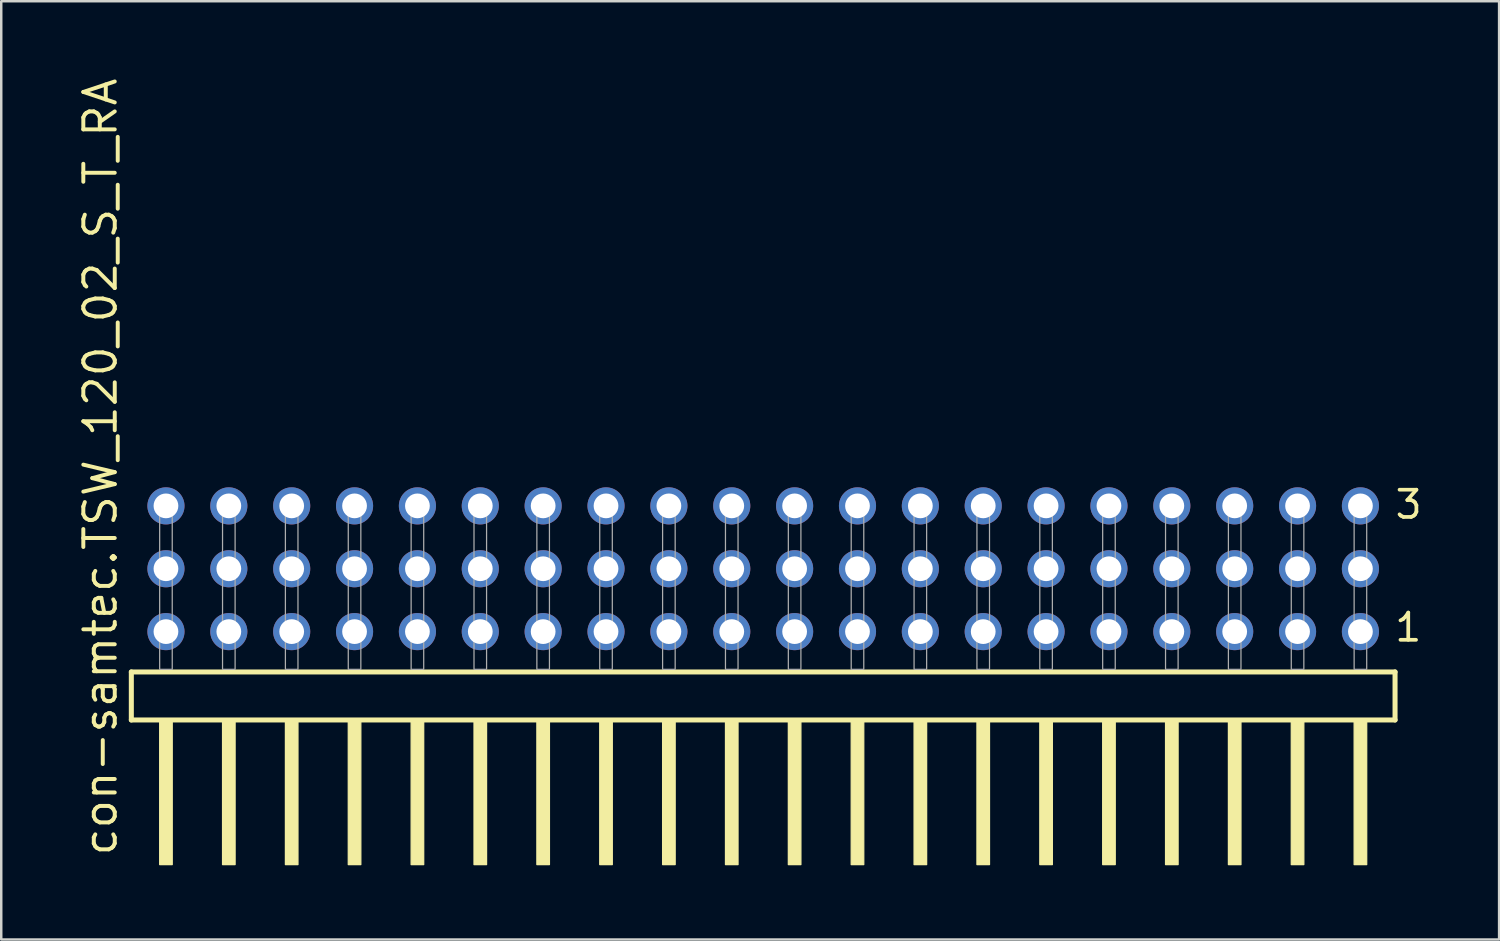
<source format=kicad_pcb>
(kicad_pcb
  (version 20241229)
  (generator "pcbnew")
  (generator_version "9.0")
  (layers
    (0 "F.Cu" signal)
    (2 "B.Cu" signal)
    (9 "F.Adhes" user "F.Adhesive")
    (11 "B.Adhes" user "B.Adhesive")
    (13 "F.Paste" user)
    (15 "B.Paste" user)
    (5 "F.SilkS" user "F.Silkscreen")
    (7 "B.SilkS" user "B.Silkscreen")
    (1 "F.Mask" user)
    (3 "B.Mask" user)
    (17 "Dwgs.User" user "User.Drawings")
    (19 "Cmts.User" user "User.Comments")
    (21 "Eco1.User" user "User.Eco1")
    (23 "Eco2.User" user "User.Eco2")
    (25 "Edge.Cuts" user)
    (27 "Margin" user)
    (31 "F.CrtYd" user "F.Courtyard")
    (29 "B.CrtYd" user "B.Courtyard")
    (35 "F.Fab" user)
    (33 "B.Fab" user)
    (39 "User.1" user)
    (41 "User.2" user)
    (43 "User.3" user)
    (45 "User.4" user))
  (footprint "con-samtec.TSW_120_02_S_T_RA"
    (layer "F.Cu")
    (at 27.785 23.993)
    (property "Reference" "con-samtec.TSW_120_02_S_T_RA" (at -26.035 7.62 90) (layer "F.SilkS") (effects (font (size 1.27 1.27) (thickness 0.16)) (justify left bottom)))
    (attr through_hole)
    (fp_line (start -25.529 0.106) (end -25.529 2.046) (stroke (width 0.203) (type default)) (layer "F.SilkS"))
    (fp_line (start -25.529 2.046) (end 25.529 2.046) (stroke (width 0.203) (type default)) (layer "F.SilkS"))
    (fp_line (start 25.529 0.106) (end -25.529 0.106) (stroke (width 0.203) (type default)) (layer "F.SilkS"))
    (fp_line (start 25.529 2.046) (end 25.529 0.106) (stroke (width 0.203) (type default)) (layer "F.SilkS"))
    (fp_rect (start -24.384 7.89) (end -23.876 2.04) (stroke (width 0.05) (type default)) (fill yes) (layer "F.SilkS"))
    (fp_rect (start -21.844 7.89) (end -21.336 2.04) (stroke (width 0.05) (type default)) (fill yes) (layer "F.SilkS"))
    (fp_rect (start -19.304 7.89) (end -18.796 2.04) (stroke (width 0.05) (type default)) (fill yes) (layer "F.SilkS"))
    (fp_rect (start -16.764 7.89) (end -16.256 2.04) (stroke (width 0.05) (type default)) (fill yes) (layer "F.SilkS"))
    (fp_rect (start -14.224 7.89) (end -13.716 2.04) (stroke (width 0.05) (type default)) (fill yes) (layer "F.SilkS"))
    (fp_rect (start -11.684 7.89) (end -11.176 2.04) (stroke (width 0.05) (type default)) (fill yes) (layer "F.SilkS"))
    (fp_rect (start -9.144 7.89) (end -8.636 2.04) (stroke (width 0.05) (type default)) (fill yes) (layer "F.SilkS"))
    (fp_rect (start -6.604 7.89) (end -6.096 2.04) (stroke (width 0.05) (type default)) (fill yes) (layer "F.SilkS"))
    (fp_rect (start -4.064 7.89) (end -3.556 2.04) (stroke (width 0.05) (type default)) (fill yes) (layer "F.SilkS"))
    (fp_rect (start -1.524 7.89) (end -1.016 2.04) (stroke (width 0.05) (type default)) (fill yes) (layer "F.SilkS"))
    (fp_rect (start 1.016 7.89) (end 1.524 2.04) (stroke (width 0.05) (type default)) (fill yes) (layer "F.SilkS"))
    (fp_rect (start 3.556 7.89) (end 4.064 2.04) (stroke (width 0.05) (type default)) (fill yes) (layer "F.SilkS"))
    (fp_rect (start 6.096 7.89) (end 6.604 2.04) (stroke (width 0.05) (type default)) (fill yes) (layer "F.SilkS"))
    (fp_rect (start 8.636 7.89) (end 9.144 2.04) (stroke (width 0.05) (type default)) (fill yes) (layer "F.SilkS"))
    (fp_rect (start 11.176 7.89) (end 11.684 2.04) (stroke (width 0.05) (type default)) (fill yes) (layer "F.SilkS"))
    (fp_rect (start 13.716 7.89) (end 14.224 2.04) (stroke (width 0.05) (type default)) (fill yes) (layer "F.SilkS"))
    (fp_rect (start 16.256 7.89) (end 16.764 2.04) (stroke (width 0.05) (type default)) (fill yes) (layer "F.SilkS"))
    (fp_rect (start 18.796 7.89) (end 19.304 2.04) (stroke (width 0.05) (type default)) (fill yes) (layer "F.SilkS"))
    (fp_rect (start 21.336 7.89) (end 21.844 2.04) (stroke (width 0.05) (type default)) (fill yes) (layer "F.SilkS"))
    (fp_rect (start 23.876 7.89) (end 24.384 2.04) (stroke (width 0.05) (type default)) (fill yes) (layer "F.SilkS"))
    (fp_rect (start -24.384 0) (end -23.876 -6.858) (stroke (width 0.05) (type default)) (fill no) (layer "F.Fab"))
    (fp_rect (start -21.844 0) (end -21.336 -6.858) (stroke (width 0.05) (type default)) (fill no) (layer "F.Fab"))
    (fp_rect (start -19.304 0) (end -18.796 -6.858) (stroke (width 0.05) (type default)) (fill no) (layer "F.Fab"))
    (fp_rect (start -16.764 0) (end -16.256 -6.858) (stroke (width 0.05) (type default)) (fill no) (layer "F.Fab"))
    (fp_rect (start -14.224 0) (end -13.716 -6.858) (stroke (width 0.05) (type default)) (fill no) (layer "F.Fab"))
    (fp_rect (start -11.684 0) (end -11.176 -6.858) (stroke (width 0.05) (type default)) (fill no) (layer "F.Fab"))
    (fp_rect (start -9.144 0) (end -8.636 -6.858) (stroke (width 0.05) (type default)) (fill no) (layer "F.Fab"))
    (fp_rect (start -6.604 0) (end -6.096 -6.858) (stroke (width 0.05) (type default)) (fill no) (layer "F.Fab"))
    (fp_rect (start -4.064 0) (end -3.556 -6.858) (stroke (width 0.05) (type default)) (fill no) (layer "F.Fab"))
    (fp_rect (start -1.524 0) (end -1.016 -6.858) (stroke (width 0.05) (type default)) (fill no) (layer "F.Fab"))
    (fp_rect (start 1.016 0) (end 1.524 -6.858) (stroke (width 0.05) (type default)) (fill no) (layer "F.Fab"))
    (fp_rect (start 3.556 0) (end 4.064 -6.858) (stroke (width 0.05) (type default)) (fill no) (layer "F.Fab"))
    (fp_rect (start 6.096 0) (end 6.604 -6.858) (stroke (width 0.05) (type default)) (fill no) (layer "F.Fab"))
    (fp_rect (start 8.636 0) (end 9.144 -6.858) (stroke (width 0.05) (type default)) (fill no) (layer "F.Fab"))
    (fp_rect (start 11.176 0) (end 11.684 -6.858) (stroke (width 0.05) (type default)) (fill no) (layer "F.Fab"))
    (fp_rect (start 13.716 0) (end 14.224 -6.858) (stroke (width 0.05) (type default)) (fill no) (layer "F.Fab"))
    (fp_rect (start 16.256 0) (end 16.764 -6.858) (stroke (width 0.05) (type default)) (fill no) (layer "F.Fab"))
    (fp_rect (start 18.796 0) (end 19.304 -6.858) (stroke (width 0.05) (type default)) (fill no) (layer "F.Fab"))
    (fp_rect (start 21.336 0) (end 21.844 -6.858) (stroke (width 0.05) (type default)) (fill no) (layer "F.Fab"))
    (fp_rect (start 23.876 0) (end 24.384 -6.858) (stroke (width 0.05) (type default)) (fill no) (layer "F.Fab"))
    (fp_text user "1" (at 25.44 -1.05 0) (layer "F.SilkS") (effects (font (size 1.1 1.1) (thickness 0.15)) (justify left bottom)))
    (fp_text user "3" (at 25.455 -6.015 0) (layer "F.SilkS") (effects (font (size 1.1 1.1) (thickness 0.15)) (justify left bottom)))
    (pad "1" thru_hole circle (at 24.13 -1.524 180) (size 1.5 1.5) (drill 1) (layers "*.Cu" "*.Mask"))
    (pad "2" thru_hole circle (at 24.13 -4.064 180) (size 1.5 1.5) (drill 1) (layers "*.Cu" "*.Mask"))
    (pad "3" thru_hole circle (at 24.13 -6.604 180) (size 1.5 1.5) (drill 1) (layers "*.Cu" "*.Mask"))
    (pad "4" thru_hole circle (at 21.59 -1.524 180) (size 1.5 1.5) (drill 1) (layers "*.Cu" "*.Mask"))
    (pad "5" thru_hole circle (at 21.59 -4.064 180) (size 1.5 1.5) (drill 1) (layers "*.Cu" "*.Mask"))
    (pad "6" thru_hole circle (at 21.59 -6.604 180) (size 1.5 1.5) (drill 1) (layers "*.Cu" "*.Mask"))
    (pad "7" thru_hole circle (at 19.05 -1.524 180) (size 1.5 1.5) (drill 1) (layers "*.Cu" "*.Mask"))
    (pad "8" thru_hole circle (at 19.05 -4.064 180) (size 1.5 1.5) (drill 1) (layers "*.Cu" "*.Mask"))
    (pad "9" thru_hole circle (at 19.05 -6.604 180) (size 1.5 1.5) (drill 1) (layers "*.Cu" "*.Mask"))
    (pad "10" thru_hole circle (at 16.51 -1.524 180) (size 1.5 1.5) (drill 1) (layers "*.Cu" "*.Mask"))
    (pad "11" thru_hole circle (at 16.51 -4.064 180) (size 1.5 1.5) (drill 1) (layers "*.Cu" "*.Mask"))
    (pad "12" thru_hole circle (at 16.51 -6.604 180) (size 1.5 1.5) (drill 1) (layers "*.Cu" "*.Mask"))
    (pad "13" thru_hole circle (at 13.97 -1.524 180) (size 1.5 1.5) (drill 1) (layers "*.Cu" "*.Mask"))
    (pad "14" thru_hole circle (at 13.97 -4.064 180) (size 1.5 1.5) (drill 1) (layers "*.Cu" "*.Mask"))
    (pad "15" thru_hole circle (at 13.97 -6.604 180) (size 1.5 1.5) (drill 1) (layers "*.Cu" "*.Mask"))
    (pad "16" thru_hole circle (at 11.43 -1.524 180) (size 1.5 1.5) (drill 1) (layers "*.Cu" "*.Mask"))
    (pad "17" thru_hole circle (at 11.43 -4.064 180) (size 1.5 1.5) (drill 1) (layers "*.Cu" "*.Mask"))
    (pad "18" thru_hole circle (at 11.43 -6.604 180) (size 1.5 1.5) (drill 1) (layers "*.Cu" "*.Mask"))
    (pad "19" thru_hole circle (at 8.89 -1.524 180) (size 1.5 1.5) (drill 1) (layers "*.Cu" "*.Mask"))
    (pad "20" thru_hole circle (at 8.89 -4.064 180) (size 1.5 1.5) (drill 1) (layers "*.Cu" "*.Mask"))
    (pad "21" thru_hole circle (at 8.89 -6.604 180) (size 1.5 1.5) (drill 1) (layers "*.Cu" "*.Mask"))
    (pad "22" thru_hole circle (at 6.35 -1.524 180) (size 1.5 1.5) (drill 1) (layers "*.Cu" "*.Mask"))
    (pad "23" thru_hole circle (at 6.35 -4.064 180) (size 1.5 1.5) (drill 1) (layers "*.Cu" "*.Mask"))
    (pad "24" thru_hole circle (at 6.35 -6.604 180) (size 1.5 1.5) (drill 1) (layers "*.Cu" "*.Mask"))
    (pad "25" thru_hole circle (at 3.81 -1.524 180) (size 1.5 1.5) (drill 1) (layers "*.Cu" "*.Mask"))
    (pad "26" thru_hole circle (at 3.81 -4.064 180) (size 1.5 1.5) (drill 1) (layers "*.Cu" "*.Mask"))
    (pad "27" thru_hole circle (at 3.81 -6.604 180) (size 1.5 1.5) (drill 1) (layers "*.Cu" "*.Mask"))
    (pad "28" thru_hole circle (at 1.27 -1.524 180) (size 1.5 1.5) (drill 1) (layers "*.Cu" "*.Mask"))
    (pad "29" thru_hole circle (at 1.27 -4.064 180) (size 1.5 1.5) (drill 1) (layers "*.Cu" "*.Mask"))
    (pad "30" thru_hole circle (at 1.27 -6.604 180) (size 1.5 1.5) (drill 1) (layers "*.Cu" "*.Mask"))
    (pad "31" thru_hole circle (at -1.27 -1.524 180) (size 1.5 1.5) (drill 1) (layers "*.Cu" "*.Mask"))
    (pad "32" thru_hole circle (at -1.27 -4.064 180) (size 1.5 1.5) (drill 1) (layers "*.Cu" "*.Mask"))
    (pad "33" thru_hole circle (at -1.27 -6.604 180) (size 1.5 1.5) (drill 1) (layers "*.Cu" "*.Mask"))
    (pad "34" thru_hole circle (at -3.81 -1.524 180) (size 1.5 1.5) (drill 1) (layers "*.Cu" "*.Mask"))
    (pad "35" thru_hole circle (at -3.81 -4.064 180) (size 1.5 1.5) (drill 1) (layers "*.Cu" "*.Mask"))
    (pad "36" thru_hole circle (at -3.81 -6.604 180) (size 1.5 1.5) (drill 1) (layers "*.Cu" "*.Mask"))
    (pad "37" thru_hole circle (at -6.35 -1.524 180) (size 1.5 1.5) (drill 1) (layers "*.Cu" "*.Mask"))
    (pad "38" thru_hole circle (at -6.35 -4.064 180) (size 1.5 1.5) (drill 1) (layers "*.Cu" "*.Mask"))
    (pad "39" thru_hole circle (at -6.35 -6.604 180) (size 1.5 1.5) (drill 1) (layers "*.Cu" "*.Mask"))
    (pad "40" thru_hole circle (at -8.89 -1.524 180) (size 1.5 1.5) (drill 1) (layers "*.Cu" "*.Mask"))
    (pad "41" thru_hole circle (at -8.89 -4.064 180) (size 1.5 1.5) (drill 1) (layers "*.Cu" "*.Mask"))
    (pad "42" thru_hole circle (at -8.89 -6.604 180) (size 1.5 1.5) (drill 1) (layers "*.Cu" "*.Mask"))
    (pad "43" thru_hole circle (at -11.43 -1.524 180) (size 1.5 1.5) (drill 1) (layers "*.Cu" "*.Mask"))
    (pad "44" thru_hole circle (at -11.43 -4.064 180) (size 1.5 1.5) (drill 1) (layers "*.Cu" "*.Mask"))
    (pad "45" thru_hole circle (at -11.43 -6.604 180) (size 1.5 1.5) (drill 1) (layers "*.Cu" "*.Mask"))
    (pad "46" thru_hole circle (at -13.97 -1.524 180) (size 1.5 1.5) (drill 1) (layers "*.Cu" "*.Mask"))
    (pad "47" thru_hole circle (at -13.97 -4.064 180) (size 1.5 1.5) (drill 1) (layers "*.Cu" "*.Mask"))
    (pad "48" thru_hole circle (at -13.97 -6.604 180) (size 1.5 1.5) (drill 1) (layers "*.Cu" "*.Mask"))
    (pad "49" thru_hole circle (at -16.51 -1.524 180) (size 1.5 1.5) (drill 1) (layers "*.Cu" "*.Mask"))
    (pad "50" thru_hole circle (at -16.51 -4.064 180) (size 1.5 1.5) (drill 1) (layers "*.Cu" "*.Mask"))
    (pad "51" thru_hole circle (at -16.51 -6.604 180) (size 1.5 1.5) (drill 1) (layers "*.Cu" "*.Mask"))
    (pad "52" thru_hole circle (at -19.05 -1.524 180) (size 1.5 1.5) (drill 1) (layers "*.Cu" "*.Mask"))
    (pad "53" thru_hole circle (at -19.05 -4.064 180) (size 1.5 1.5) (drill 1) (layers "*.Cu" "*.Mask"))
    (pad "54" thru_hole circle (at -19.05 -6.604 180) (size 1.5 1.5) (drill 1) (layers "*.Cu" "*.Mask"))
    (pad "55" thru_hole circle (at -21.59 -1.524 180) (size 1.5 1.5) (drill 1) (layers "*.Cu" "*.Mask"))
    (pad "56" thru_hole circle (at -21.59 -4.064 180) (size 1.5 1.5) (drill 1) (layers "*.Cu" "*.Mask"))
    (pad "57" thru_hole circle (at -21.59 -6.604 180) (size 1.5 1.5) (drill 1) (layers "*.Cu" "*.Mask"))
    (pad "58" thru_hole circle (at -24.13 -1.524 180) (size 1.5 1.5) (drill 1) (layers "*.Cu" "*.Mask"))
    (pad "59" thru_hole circle (at -24.13 -4.064 180) (size 1.5 1.5) (drill 1) (layers "*.Cu" "*.Mask"))
    (pad "60" thru_hole circle (at -24.13 -6.604 180) (size 1.5 1.5) (drill 1) (layers "*.Cu" "*.Mask")))
  (gr_rect
    (start -3 -3)
    (end 57.518 34.908)
    (stroke (width 0.1) (type default))
    (fill no)
    (layer "Edge.Cuts")))
</source>
